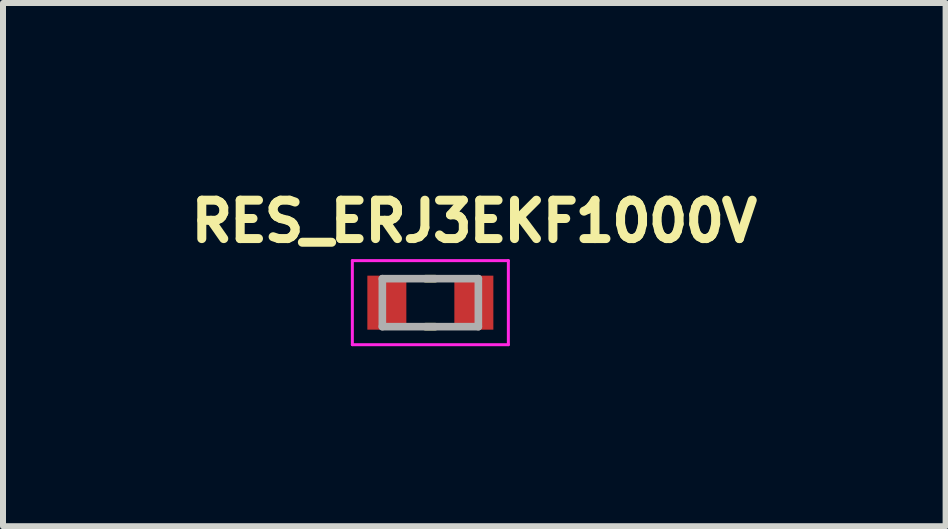
<source format=kicad_pcb>
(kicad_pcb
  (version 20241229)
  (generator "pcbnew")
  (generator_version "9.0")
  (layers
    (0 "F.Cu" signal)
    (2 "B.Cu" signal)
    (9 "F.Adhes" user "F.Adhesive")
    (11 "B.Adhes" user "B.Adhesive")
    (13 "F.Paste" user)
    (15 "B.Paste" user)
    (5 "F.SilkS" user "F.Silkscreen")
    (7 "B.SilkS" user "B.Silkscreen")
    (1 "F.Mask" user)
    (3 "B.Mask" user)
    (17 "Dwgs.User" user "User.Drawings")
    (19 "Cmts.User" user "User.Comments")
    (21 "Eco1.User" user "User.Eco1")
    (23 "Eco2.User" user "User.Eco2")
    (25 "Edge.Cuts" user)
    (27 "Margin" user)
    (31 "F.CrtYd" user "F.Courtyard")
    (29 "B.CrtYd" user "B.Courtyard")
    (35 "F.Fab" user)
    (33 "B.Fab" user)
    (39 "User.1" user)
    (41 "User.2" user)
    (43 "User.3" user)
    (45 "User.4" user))
  (footprint "RES_ERJ3EKF1000V"
    (layer "F.Cu")
    (at 4.122 1.994)
    (property "Reference" "RES_ERJ3EKF1000V" (at 0.732 -1.356 0) (layer "F.SilkS") (effects (font (size 0.64 0.64) (thickness 0.15))))
    (attr smd)
    (fp_line (start -0.08 -0.4) (end 0.08 -0.4) (stroke (width 0.127) (type solid)) (layer "F.SilkS"))
    (fp_line (start -0.08 0.4) (end 0.08 0.4) (stroke (width 0.127) (type solid)) (layer "F.SilkS"))
    (fp_line (start -1.3 -0.7) (end -1.3 0.7) (stroke (width 0.05) (type solid)) (layer "F.CrtYd"))
    (fp_line (start -1.3 0.7) (end 1.3 0.7) (stroke (width 0.05) (type solid)) (layer "F.CrtYd"))
    (fp_line (start 1.3 -0.7) (end -1.3 -0.7) (stroke (width 0.05) (type solid)) (layer "F.CrtYd"))
    (fp_line (start 1.3 0.7) (end 1.3 -0.7) (stroke (width 0.05) (type solid)) (layer "F.CrtYd"))
    (fp_line (start -0.8 -0.4) (end -0.8 0.4) (stroke (width 0.127) (type solid)) (layer "F.Fab"))
    (fp_line (start -0.8 -0.4) (end 0.8 -0.4) (stroke (width 0.127) (type solid)) (layer "F.Fab"))
    (fp_line (start -0.8 0.4) (end 0.8 0.4) (stroke (width 0.127) (type solid)) (layer "F.Fab"))
    (fp_line (start 0.8 -0.4) (end 0.8 0.4) (stroke (width 0.127) (type solid)) (layer "F.Fab"))
    (pad "1" smd rect (at -0.725 0) (size 0.65 0.9) (layers "F.Cu" "F.Mask" "F.Paste"))
    (pad "2" smd rect (at 0.725 0) (size 0.65 0.9) (layers "F.Cu" "F.Mask" "F.Paste")))
  (gr_rect
    (start -3 -3)
    (end 12.709 5.719)
    (stroke (width 0.1) (type default))
    (fill no)
    (layer "Edge.Cuts")))
</source>
